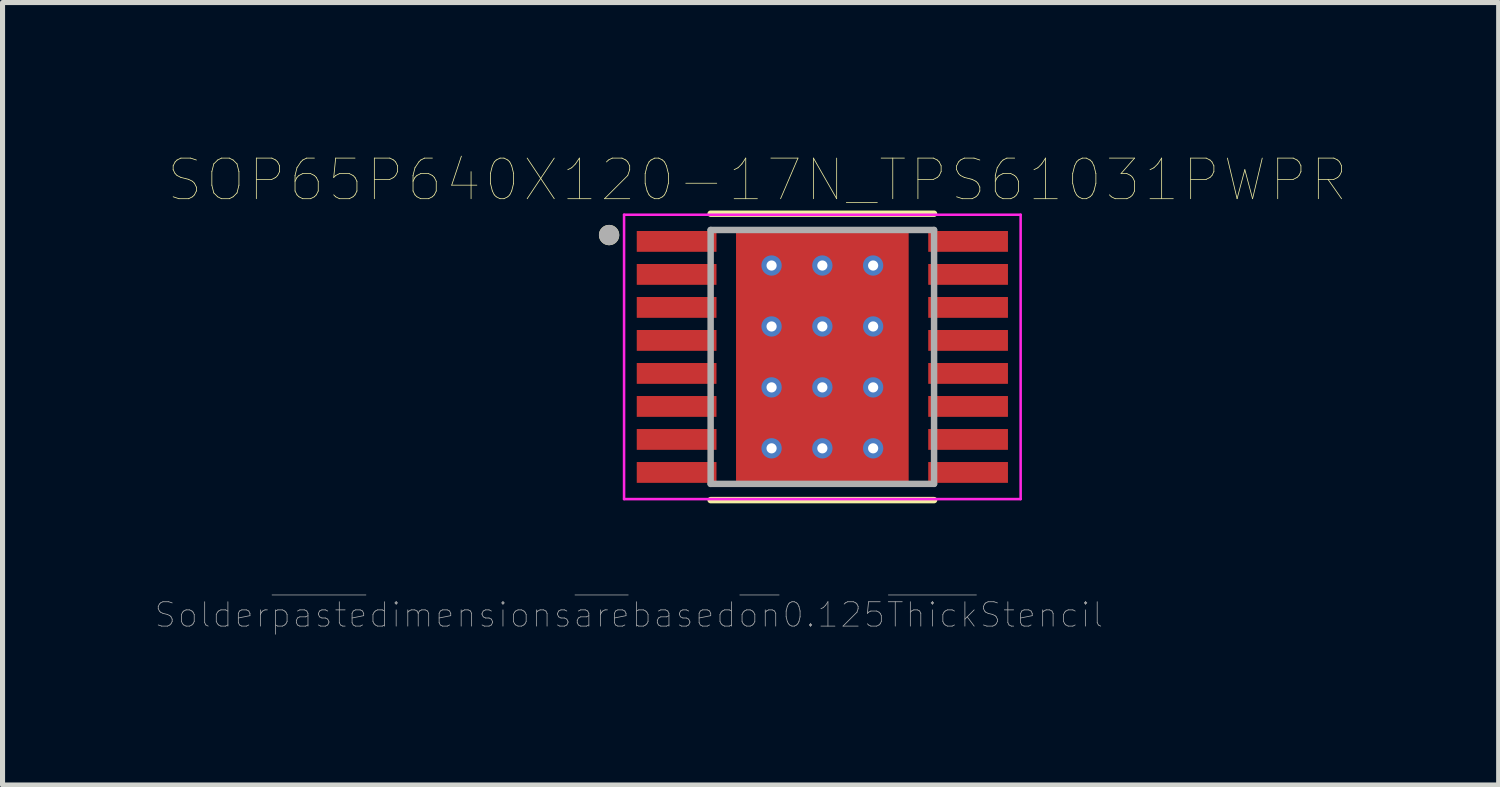
<source format=kicad_pcb>
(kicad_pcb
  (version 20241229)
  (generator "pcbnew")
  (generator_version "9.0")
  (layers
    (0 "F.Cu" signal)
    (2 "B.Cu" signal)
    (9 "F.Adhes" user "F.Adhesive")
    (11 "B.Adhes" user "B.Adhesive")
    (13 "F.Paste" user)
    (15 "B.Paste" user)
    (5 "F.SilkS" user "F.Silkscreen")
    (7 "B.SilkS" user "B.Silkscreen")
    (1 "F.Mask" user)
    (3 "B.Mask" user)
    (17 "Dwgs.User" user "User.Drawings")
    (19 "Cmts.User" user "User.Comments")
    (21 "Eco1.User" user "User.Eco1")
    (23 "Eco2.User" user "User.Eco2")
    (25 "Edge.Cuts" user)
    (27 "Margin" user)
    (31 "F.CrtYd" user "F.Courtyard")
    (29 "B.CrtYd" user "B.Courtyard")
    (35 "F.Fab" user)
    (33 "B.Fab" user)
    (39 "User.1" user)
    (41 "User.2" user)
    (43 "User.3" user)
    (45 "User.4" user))
  (footprint "SOP65P640X120-17N_TPS61031PWPR"
    (layer "F.Cu")
    (at 13.145 3.979)
    (property "Reference" "SOP65P640X120-17N_TPS61031PWPR" (at -1.28 -3.485 0) (layer "F.SilkS") (effects (font (size 0.8 0.8) (thickness 0.015))))
    (attr through_hole)
    (fp_poly (pts (xy -1.23 -1.155) (xy 1.23 -1.155) (xy 1.23 1.155) (xy -1.23 1.155)) (stroke (width 0.01) (type solid)) (fill yes) (layer "F.Mask"))
    (fp_line (start -2.2 -2.82) (end 2.2 -2.82) (stroke (width 0.127) (type solid)) (layer "F.SilkS"))
    (fp_line (start -2.2 2.82) (end 2.2 2.82) (stroke (width 0.127) (type solid)) (layer "F.SilkS"))
    (fp_circle (center -4.2 -2.4) (end -4.1 -2.4) (stroke (width 0.2) (type solid)) (fill no) (layer "F.SilkS"))
    (fp_poly (pts (xy -1.23 -1.155) (xy 1.23 -1.155) (xy 1.23 1.155) (xy -1.23 1.155)) (stroke (width 0.01) (type solid)) (fill yes) (layer "F.Paste"))
    (fp_line (start -3.905 -2.8) (end -3.905 2.8) (stroke (width 0.05) (type solid)) (layer "F.CrtYd"))
    (fp_line (start -3.905 -2.8) (end 3.905 -2.8) (stroke (width 0.05) (type solid)) (layer "F.CrtYd"))
    (fp_line (start -3.905 2.8) (end 3.905 2.8) (stroke (width 0.05) (type solid)) (layer "F.CrtYd"))
    (fp_line (start 3.905 -2.8) (end 3.905 2.8) (stroke (width 0.05) (type solid)) (layer "F.CrtYd"))
    (fp_line (start -2.2 -2.5) (end -2.2 2.5) (stroke (width 0.127) (type solid)) (layer "F.Fab"))
    (fp_line (start -2.2 -2.5) (end 2.2 -2.5) (stroke (width 0.127) (type solid)) (layer "F.Fab"))
    (fp_line (start -2.2 2.5) (end 2.2 2.5) (stroke (width 0.127) (type solid)) (layer "F.Fab"))
    (fp_line (start 2.2 -2.5) (end 2.2 2.5) (stroke (width 0.127) (type solid)) (layer "F.Fab"))
    (fp_circle (center -4.2 -2.4) (end -4.1 -2.4) (stroke (width 0.2) (type solid)) (fill no) (layer "F.Fab"))
    (fp_text user "Solder~{paste}dimensions~{are}based~{on}0.125~{Thick}Stencil" (at -3.81 5.08 0) (layer "F.Fab") (effects (font (size 0.48 0.48) (thickness 0.015))))
    (pad "1" smd rect (at -2.87 -2.275) (size 1.57 0.41) (layers "F.Cu" "F.Mask" "F.Paste"))
    (pad "2" smd rect (at -2.87 -1.625) (size 1.57 0.41) (layers "F.Cu" "F.Mask" "F.Paste"))
    (pad "3" smd rect (at -2.87 -0.975) (size 1.57 0.41) (layers "F.Cu" "F.Mask" "F.Paste"))
    (pad "4" smd rect (at -2.87 -0.325) (size 1.57 0.41) (layers "F.Cu" "F.Mask" "F.Paste"))
    (pad "5" smd rect (at -2.87 0.325) (size 1.57 0.41) (layers "F.Cu" "F.Mask" "F.Paste"))
    (pad "6" smd rect (at -2.87 0.975) (size 1.57 0.41) (layers "F.Cu" "F.Mask" "F.Paste"))
    (pad "7" smd rect (at -2.87 1.625) (size 1.57 0.41) (layers "F.Cu" "F.Mask" "F.Paste"))
    (pad "8" smd rect (at -2.87 2.275) (size 1.57 0.41) (layers "F.Cu" "F.Mask" "F.Paste"))
    (pad "9" smd rect (at 2.87 2.275) (size 1.57 0.41) (layers "F.Cu" "F.Mask" "F.Paste"))
    (pad "10" smd rect (at 2.87 1.625) (size 1.57 0.41) (layers "F.Cu" "F.Mask" "F.Paste"))
    (pad "11" smd rect (at 2.87 0.975) (size 1.57 0.41) (layers "F.Cu" "F.Mask" "F.Paste"))
    (pad "12" smd rect (at 2.87 0.325) (size 1.57 0.41) (layers "F.Cu" "F.Mask" "F.Paste"))
    (pad "13" smd rect (at 2.87 -0.325) (size 1.57 0.41) (layers "F.Cu" "F.Mask" "F.Paste"))
    (pad "14" smd rect (at 2.87 -0.975) (size 1.57 0.41) (layers "F.Cu" "F.Mask" "F.Paste"))
    (pad "15" smd rect (at 2.87 -1.625) (size 1.57 0.41) (layers "F.Cu" "F.Mask" "F.Paste"))
    (pad "16" smd rect (at 2.87 -2.275) (size 1.57 0.41) (layers "F.Cu" "F.Mask" "F.Paste"))
    (pad "17" smd rect (at 0 0) (size 3.4 5) (layers "F.Cu"))
    (pad "18" thru_hole circle (at -1 -1.8) (size 0.4 0.4) (drill 0.2) (layers "*.Cu"))
    (pad "19" thru_hole circle (at 0 -1.8) (size 0.4 0.4) (drill 0.2) (layers "*.Cu"))
    (pad "20" thru_hole circle (at 1 -1.8) (size 0.4 0.4) (drill 0.2) (layers "*.Cu"))
    (pad "21" thru_hole circle (at -1 -0.6) (size 0.4 0.4) (drill 0.2) (layers "*.Cu"))
    (pad "22" thru_hole circle (at 0 -0.6) (size 0.4 0.4) (drill 0.2) (layers "*.Cu"))
    (pad "23" thru_hole circle (at 1 -0.6) (size 0.4 0.4) (drill 0.2) (layers "*.Cu"))
    (pad "24" thru_hole circle (at -1 0.6) (size 0.4 0.4) (drill 0.2) (layers "*.Cu"))
    (pad "25" thru_hole circle (at 0 0.6) (size 0.4 0.4) (drill 0.2) (layers "*.Cu"))
    (pad "26" thru_hole circle (at 1 0.6) (size 0.4 0.4) (drill 0.2) (layers "*.Cu"))
    (pad "27" thru_hole circle (at -1 1.8) (size 0.4 0.4) (drill 0.2) (layers "*.Cu"))
    (pad "28" thru_hole circle (at 0 1.8) (size 0.4 0.4) (drill 0.2) (layers "*.Cu"))
    (pad "29" thru_hole circle (at 1 1.8) (size 0.4 0.4) (drill 0.2) (layers "*.Cu")))
  (gr_rect
    (start -3 -3)
    (end 26.464 12.41)
    (stroke (width 0.1) (type default))
    (fill no)
    (layer "Edge.Cuts")))
</source>
